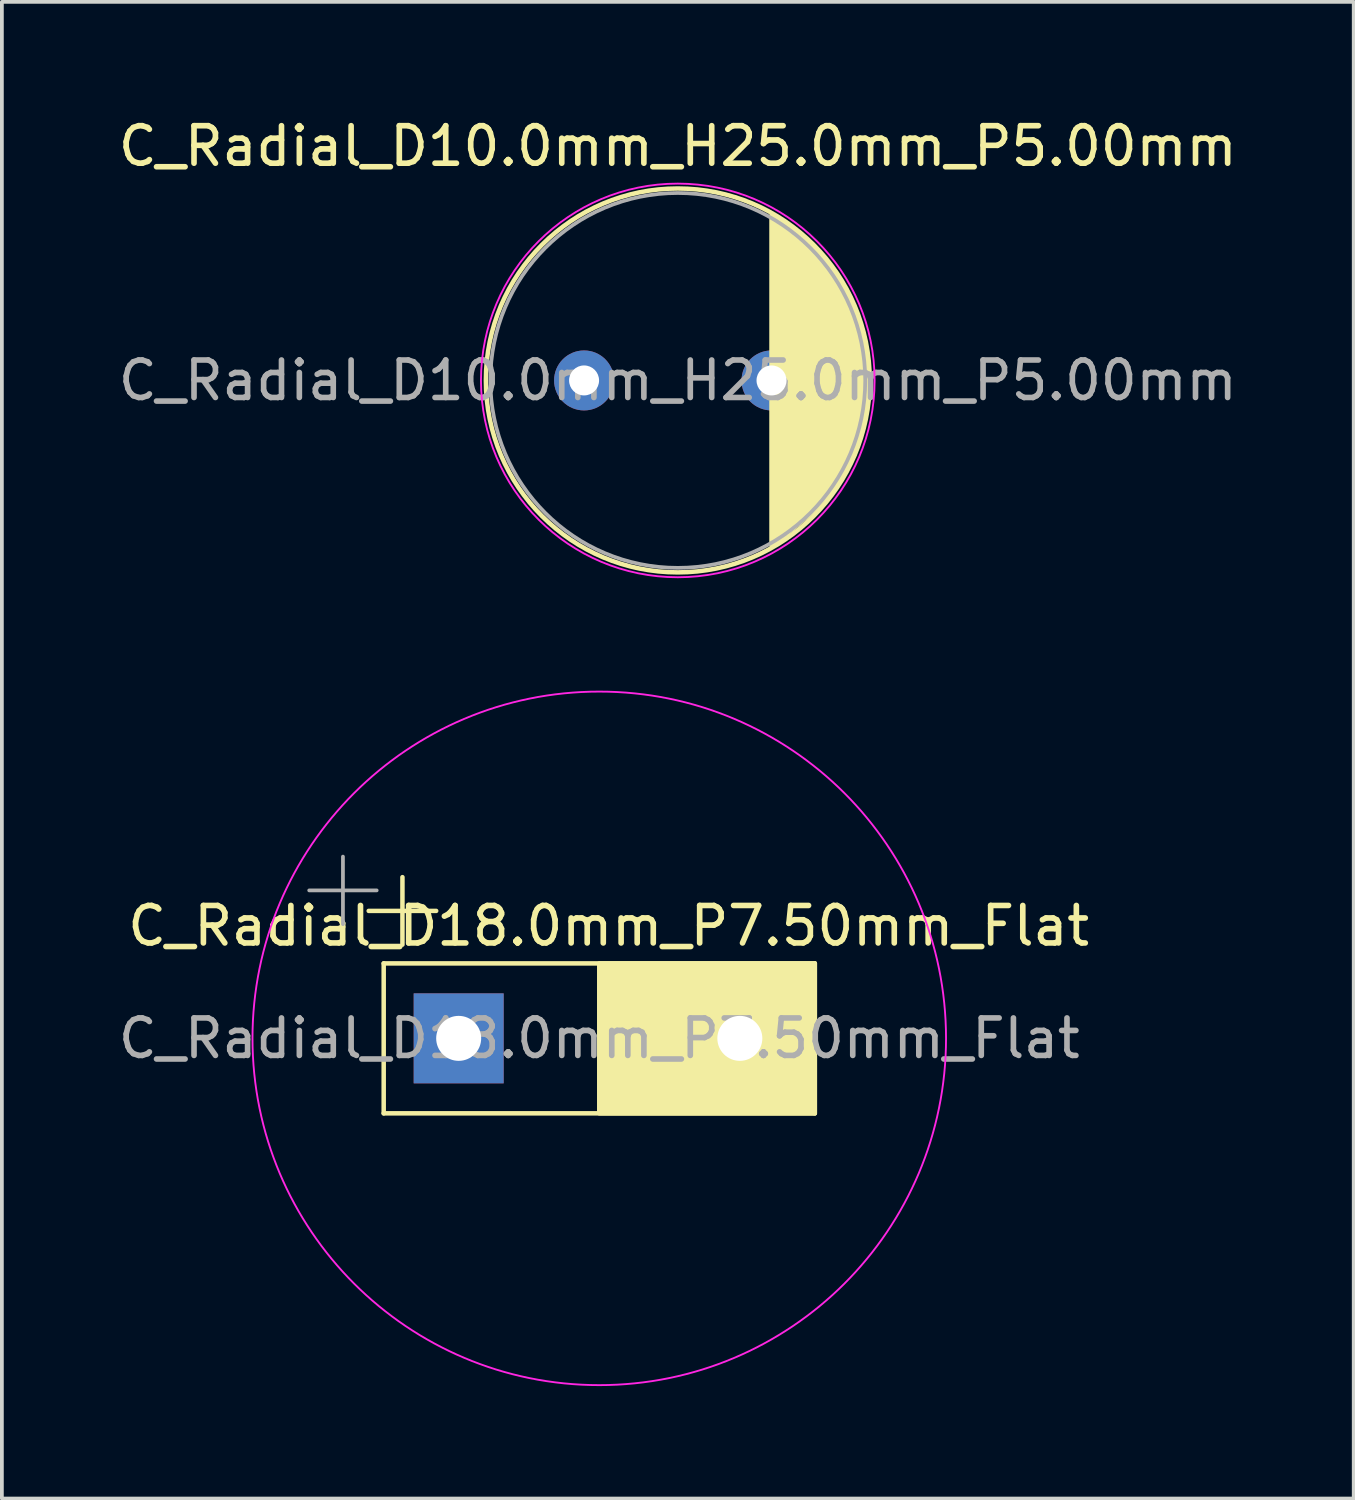
<source format=kicad_pcb>
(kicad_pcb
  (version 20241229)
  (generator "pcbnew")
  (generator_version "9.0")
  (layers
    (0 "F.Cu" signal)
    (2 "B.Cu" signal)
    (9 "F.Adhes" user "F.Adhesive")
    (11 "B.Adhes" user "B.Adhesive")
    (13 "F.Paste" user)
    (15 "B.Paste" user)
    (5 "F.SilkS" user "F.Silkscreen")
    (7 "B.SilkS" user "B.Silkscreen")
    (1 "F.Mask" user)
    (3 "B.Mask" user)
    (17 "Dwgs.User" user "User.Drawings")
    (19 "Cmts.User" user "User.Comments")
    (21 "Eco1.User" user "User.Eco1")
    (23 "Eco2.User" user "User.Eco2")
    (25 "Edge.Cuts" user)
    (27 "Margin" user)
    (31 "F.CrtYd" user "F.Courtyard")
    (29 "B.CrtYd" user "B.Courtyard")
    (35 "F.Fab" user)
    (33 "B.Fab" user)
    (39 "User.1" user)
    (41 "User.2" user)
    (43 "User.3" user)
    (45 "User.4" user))
  (footprint "C_Radial_D18.0mm_P7.50mm_Flat"
    (layer "F.Cu")
    (at 9.185 24.648)
    (property "Reference" "C_Radial_D18.0mm_P7.50mm_Flat" (at 4 -3 0) (layer "F.SilkS") (effects (font (size 1 1) (thickness 0.15))))
    (attr through_hole)
    (fp_line (start -2.4 -3.4) (end -0.6 -3.4) (stroke (width 0.12) (type solid)) (layer "F.SilkS"))
    (fp_line (start -2 -2) (end 9.5 -2) (stroke (width 0.12) (type solid)) (layer "F.SilkS"))
    (fp_line (start -2 2) (end -2 -2) (stroke (width 0.12) (type solid)) (layer "F.SilkS"))
    (fp_line (start -1.5 -4.3) (end -1.5 -2.5) (stroke (width 0.12) (type solid)) (layer "F.SilkS"))
    (fp_line (start 9.5 -2) (end 9.5 2) (stroke (width 0.12) (type solid)) (layer "F.SilkS"))
    (fp_line (start 9.5 2) (end -2 2) (stroke (width 0.12) (type solid)) (layer "F.SilkS"))
    (fp_rect (start 3.75 2) (end 9.5 -2) (stroke (width 0.12) (type solid)) (fill yes) (layer "F.SilkS"))
    (fp_circle (center 3.75 0) (end 13 0) (stroke (width 0.05) (type solid)) (fill no) (layer "F.CrtYd"))
    (fp_line (start -3.987 -3.947) (end -2.187 -3.947) (stroke (width 0.1) (type solid)) (layer "F.Fab"))
    (fp_line (start -3.087 -4.848) (end -3.087 -3.047) (stroke (width 0.1) (type solid)) (layer "F.Fab"))
    (fp_text user "${REFERENCE}" (at 3.75 0 0) (layer "F.Fab") (effects (font (size 1 1) (thickness 0.15))))
    (pad "1" thru_hole rect (at 0 0) (size 2.4 2.4) (drill 1.2) (layers "*.Cu" "*.Mask"))
    (pad "2" thru_hole circle (at 7.5 0) (size 2.4 2.4) (drill 1.2) (layers "*.Cu" "*.Mask")))
  (footprint "C_Radial_D10.0mm_H25.0mm_P5.00mm"
    (layer "F.Cu")
    (at 12.53 7.098)
    (property "Reference" "C_Radial_D10.0mm_H25.0mm_P5.00mm" (at 2.5 -6.25 0) (layer "F.SilkS") (effects (font (size 1 1) (thickness 0.15))))
    (attr through_hole)
    (fp_circle (center 2.5 0) (end 7.62 0) (stroke (width 0.12) (type solid)) (fill no) (layer "F.SilkS"))
    (fp_poly (pts (xy 5.6 -4) (xy 6.2 -3.5) (xy 6.7 -2.9) (xy 7.1 -2.2) (xy 7.4 -1.4) (xy 7.5 -0.6) (xy 7.6 0.2) (xy 7.5 1) (xy 7.2 2) (xy 6.8 2.7) (xy 6.1 3.5) (xy 5.4 4.1) (xy 5 4.4) (xy 5 -4.4)) (stroke (width 0.12) (type solid)) (fill yes) (layer "F.SilkS"))
    (fp_circle (center 2.5 0) (end 7.75 0) (stroke (width 0.05) (type solid)) (fill no) (layer "F.CrtYd"))
    (fp_circle (center 2.5 0) (end 7.5 0) (stroke (width 0.1) (type solid)) (fill no) (layer "F.Fab"))
    (fp_text user "${REFERENCE}" (at 2.5 0 0) (layer "F.Fab") (effects (font (size 1 1) (thickness 0.15))))
    (pad "1" thru_hole circle (at 0 0) (size 1.6 1.6) (drill 0.8) (layers "*.Cu" "*.Mask"))
    (pad "2" thru_hole circle (at 5 0) (size 1.6 1.6) (drill 0.8) (layers "*.Cu" "*.Mask")))
  (gr_rect
    (start -3 -3)
    (end 33.06 36.923)
    (stroke (width 0.1) (type default))
    (fill no)
    (layer "Edge.Cuts")))
</source>
